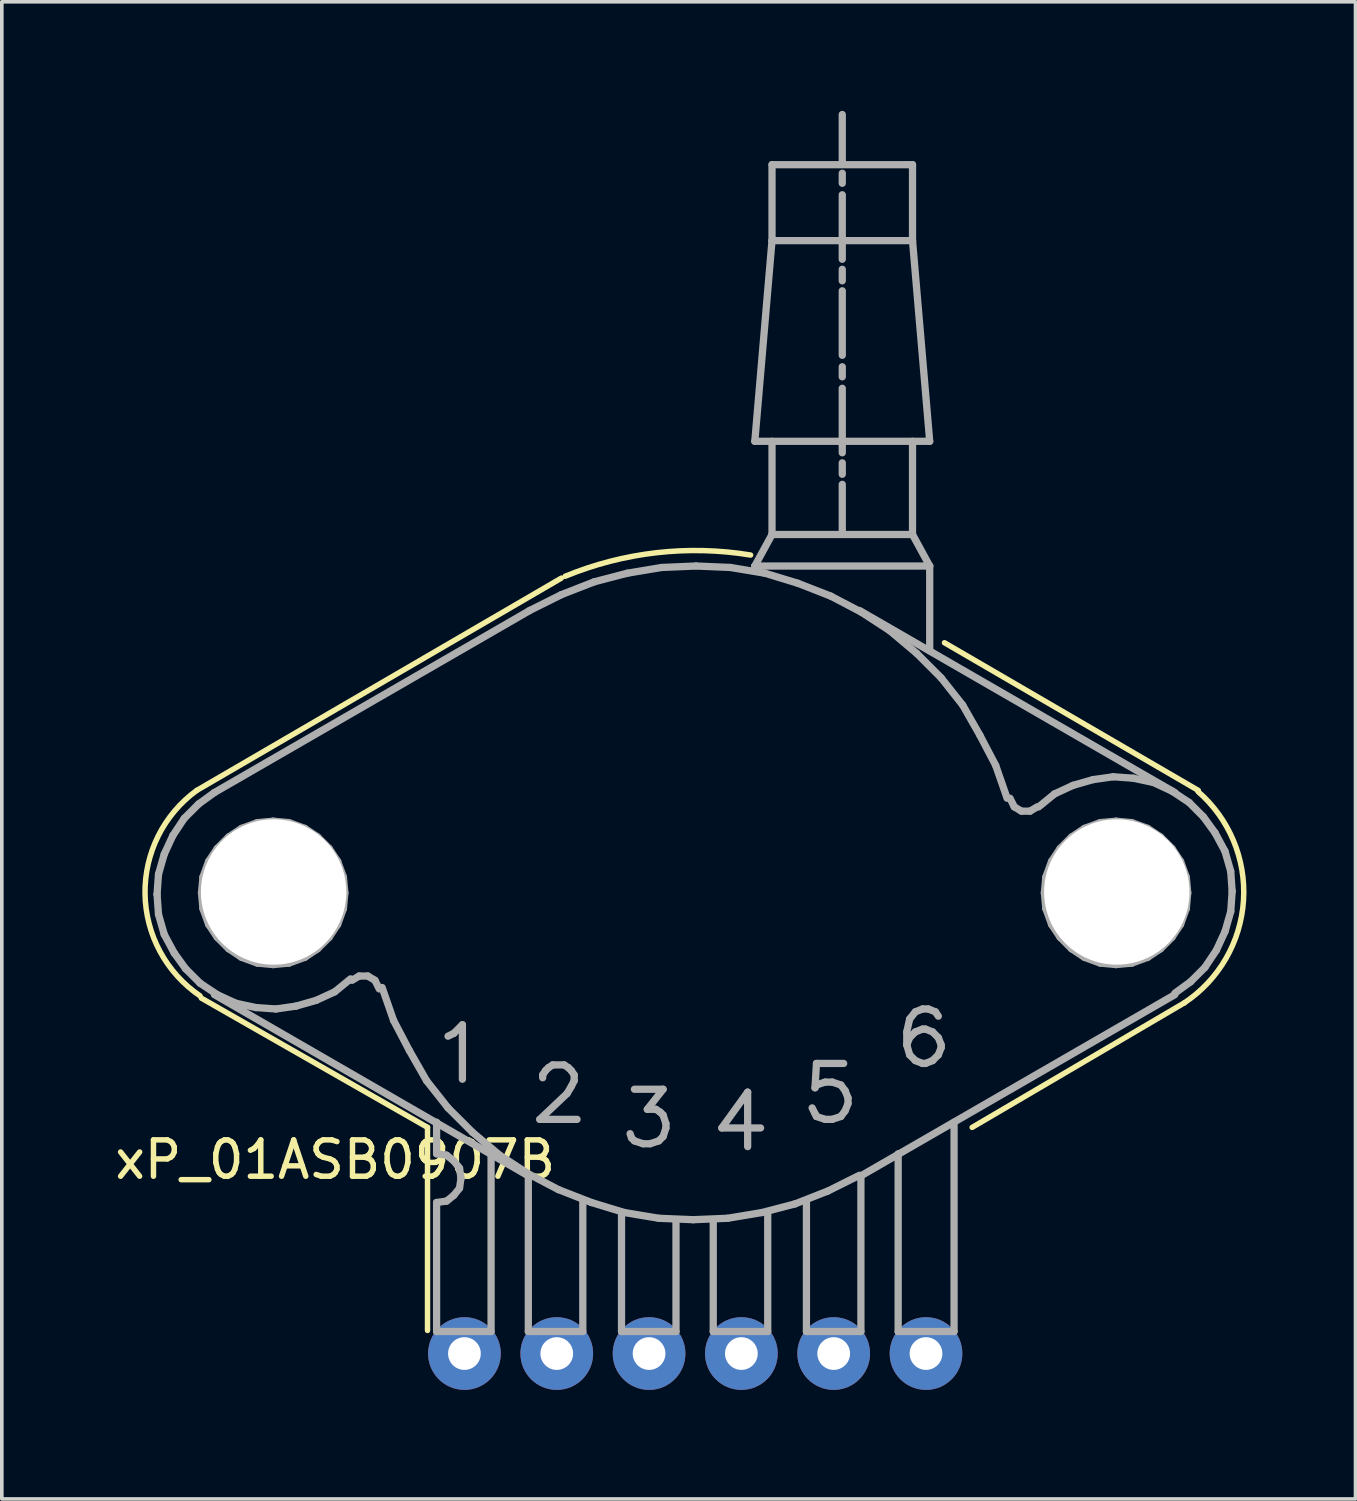
<source format=kicad_pcb>
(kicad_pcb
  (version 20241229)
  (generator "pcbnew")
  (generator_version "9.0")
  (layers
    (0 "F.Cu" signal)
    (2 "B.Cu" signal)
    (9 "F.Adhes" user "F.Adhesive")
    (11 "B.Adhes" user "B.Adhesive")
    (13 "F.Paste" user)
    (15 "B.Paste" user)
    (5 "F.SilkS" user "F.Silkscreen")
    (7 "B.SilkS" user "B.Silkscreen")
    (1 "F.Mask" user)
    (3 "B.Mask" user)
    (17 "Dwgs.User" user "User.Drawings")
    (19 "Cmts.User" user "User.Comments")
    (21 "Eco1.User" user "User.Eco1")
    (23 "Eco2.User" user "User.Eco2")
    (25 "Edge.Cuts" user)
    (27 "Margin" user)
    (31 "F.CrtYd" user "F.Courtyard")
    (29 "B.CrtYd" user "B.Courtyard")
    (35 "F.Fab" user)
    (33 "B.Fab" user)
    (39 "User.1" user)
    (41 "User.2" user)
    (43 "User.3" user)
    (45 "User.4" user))
  (footprint "xP_01ASB0907B"
    (layer "F.Cu")
    (at 16.079 21.493)
    (property "Reference" "xP_01ASB0907B" (at -9.906 7.366 0) (layer "F.SilkS") (effects (font (size 1 1) (thickness 0.15))))
    (attr through_hole)
    (fp_line (start -13.716 -2.794) (end -3.683 -8.636) (stroke (width 0.15) (type solid)) (layer "F.SilkS"))
    (fp_line (start -13.589 2.921) (end -7.366 6.477) (stroke (width 0.15) (type solid)) (layer "F.SilkS"))
    (fp_line (start -7.366 6.477) (end -7.366 12.065) (stroke (width 0.15) (type solid)) (layer "F.SilkS"))
    (fp_line (start 6.858 -6.858) (end 13.843 -2.794) (stroke (width 0.15) (type solid)) (layer "F.SilkS"))
    (fp_line (start 7.62 6.477) (end 13.462 3.048) (stroke (width 0.15) (type solid)) (layer "F.SilkS"))
    (fp_arc (start -13.62386 2.85874) (mid -15.138313 0.056305) (end -13.715999 -2.793999) (stroke (width 0.15) (type solid)) (layer "F.SilkS"))
    (fp_arc (start -3.578461 -8.687269) (mid -1.06789 -9.33454) (end 1.524 -9.271) (stroke (width 0.15) (type solid)) (layer "F.SilkS"))
    (fp_arc (start 13.83374 -2.764301) (mid 15.08577 0.233814) (end 13.462 3.048) (stroke (width 0.15) (type solid)) (layer "F.SilkS"))
    (fp_line (start -14.808 0.064) (end -14.768 0.616) (stroke (width 0.2) (type solid)) (layer "F.Fab"))
    (fp_line (start -14.768 -0.488) (end -14.808 0.064) (stroke (width 0.2) (type solid)) (layer "F.Fab"))
    (fp_line (start -14.768 0.616) (end -14.61 1.168) (stroke (width 0.2) (type solid)) (layer "F.Fab"))
    (fp_line (start -14.61 -1.041) (end -14.768 -0.488) (stroke (width 0.2) (type solid)) (layer "F.Fab"))
    (fp_line (start -14.61 1.168) (end -14.334 1.681) (stroke (width 0.2) (type solid)) (layer "F.Fab"))
    (fp_line (start -14.373 -1.553) (end -14.61 -1.041) (stroke (width 0.2) (type solid)) (layer "F.Fab"))
    (fp_line (start -14.334 1.681) (end -14.019 2.115) (stroke (width 0.2) (type solid)) (layer "F.Fab"))
    (fp_line (start -14.058 -2.027) (end -14.373 -1.553) (stroke (width 0.2) (type solid)) (layer "F.Fab"))
    (fp_line (start -14.019 2.115) (end -13.624 2.509) (stroke (width 0.2) (type solid)) (layer "F.Fab"))
    (fp_line (start -13.664 -2.421) (end -14.058 -2.027) (stroke (width 0.2) (type solid)) (layer "F.Fab"))
    (fp_line (start -13.624 2.509) (end -13.151 2.825) (stroke (width 0.2) (type solid)) (layer "F.Fab"))
    (fp_line (start -13.585 0.024) (end -13.545 0.458) (stroke (width 0.2) (type solid)) (layer "F.Fab"))
    (fp_line (start -13.545 -0.41) (end -13.585 0.024) (stroke (width 0.2) (type solid)) (layer "F.Fab"))
    (fp_line (start -13.545 0.458) (end -13.388 0.892) (stroke (width 0.2) (type solid)) (layer "F.Fab"))
    (fp_line (start -13.388 -0.843) (end -13.545 -0.41) (stroke (width 0.2) (type solid)) (layer "F.Fab"))
    (fp_line (start -13.388 0.892) (end -13.151 1.247) (stroke (width 0.2) (type solid)) (layer "F.Fab"))
    (fp_line (start -13.23 -2.736) (end -13.664 -2.421) (stroke (width 0.2) (type solid)) (layer "F.Fab"))
    (fp_line (start -13.23 -2.736) (end -4.552 -7.746) (stroke (width 0.2) (type solid)) (layer "F.Fab"))
    (fp_line (start -13.23 2.825) (end -4.552 7.834) (stroke (width 0.2) (type solid)) (layer "F.Fab"))
    (fp_line (start -13.151 -1.198) (end -13.388 -0.843) (stroke (width 0.2) (type solid)) (layer "F.Fab"))
    (fp_line (start -13.151 1.247) (end -12.835 1.563) (stroke (width 0.2) (type solid)) (layer "F.Fab"))
    (fp_line (start -13.151 2.825) (end -12.638 3.062) (stroke (width 0.2) (type solid)) (layer "F.Fab"))
    (fp_line (start -12.835 -1.514) (end -13.151 -1.198) (stroke (width 0.2) (type solid)) (layer "F.Fab"))
    (fp_line (start -12.835 1.563) (end -12.48 1.799) (stroke (width 0.2) (type solid)) (layer "F.Fab"))
    (fp_line (start -12.638 3.062) (end -12.086 3.18) (stroke (width 0.2) (type solid)) (layer "F.Fab"))
    (fp_line (start -12.48 -1.75) (end -12.835 -1.514) (stroke (width 0.2) (type solid)) (layer "F.Fab"))
    (fp_line (start -12.48 1.799) (end -12.047 1.957) (stroke (width 0.2) (type solid)) (layer "F.Fab"))
    (fp_line (start -12.086 3.18) (end -11.534 3.219) (stroke (width 0.2) (type solid)) (layer "F.Fab"))
    (fp_line (start -12.047 -1.908) (end -12.48 -1.75) (stroke (width 0.2) (type solid)) (layer "F.Fab"))
    (fp_line (start -12.047 1.957) (end -11.613 1.997) (stroke (width 0.2) (type solid)) (layer "F.Fab"))
    (fp_line (start -11.613 -1.948) (end -12.047 -1.908) (stroke (width 0.2) (type solid)) (layer "F.Fab"))
    (fp_line (start -11.613 1.997) (end -11.179 1.957) (stroke (width 0.2) (type solid)) (layer "F.Fab"))
    (fp_line (start -11.534 3.219) (end -10.982 3.14) (stroke (width 0.2) (type solid)) (layer "F.Fab"))
    (fp_line (start -11.179 -1.908) (end -11.613 -1.948) (stroke (width 0.2) (type solid)) (layer "F.Fab"))
    (fp_line (start -11.179 1.957) (end -10.745 1.799) (stroke (width 0.2) (type solid)) (layer "F.Fab"))
    (fp_line (start -10.982 3.14) (end -10.429 2.982) (stroke (width 0.2) (type solid)) (layer "F.Fab"))
    (fp_line (start -10.745 -1.75) (end -11.179 -1.908) (stroke (width 0.2) (type solid)) (layer "F.Fab"))
    (fp_line (start -10.745 1.799) (end -10.39 1.563) (stroke (width 0.2) (type solid)) (layer "F.Fab"))
    (fp_line (start -10.429 2.982) (end -9.917 2.746) (stroke (width 0.2) (type solid)) (layer "F.Fab"))
    (fp_line (start -10.39 -1.514) (end -10.745 -1.75) (stroke (width 0.2) (type solid)) (layer "F.Fab"))
    (fp_line (start -10.39 1.563) (end -10.074 1.247) (stroke (width 0.2) (type solid)) (layer "F.Fab"))
    (fp_line (start -10.074 -1.198) (end -10.39 -1.514) (stroke (width 0.2) (type solid)) (layer "F.Fab"))
    (fp_line (start -10.074 1.247) (end -9.838 0.892) (stroke (width 0.2) (type solid)) (layer "F.Fab"))
    (fp_line (start -9.917 2.746) (end -9.483 2.391) (stroke (width 0.2) (type solid)) (layer "F.Fab"))
    (fp_line (start -9.838 -0.843) (end -10.074 -1.198) (stroke (width 0.2) (type solid)) (layer "F.Fab"))
    (fp_line (start -9.838 0.892) (end -9.68 0.458) (stroke (width 0.2) (type solid)) (layer "F.Fab"))
    (fp_line (start -9.68 -0.41) (end -9.838 -0.843) (stroke (width 0.2) (type solid)) (layer "F.Fab"))
    (fp_line (start -9.68 0.458) (end -9.64 0.024) (stroke (width 0.2) (type solid)) (layer "F.Fab"))
    (fp_line (start -9.64 0.024) (end -9.68 -0.41) (stroke (width 0.2) (type solid)) (layer "F.Fab"))
    (fp_line (start -9.246 2.312) (end -9.443 2.43) (stroke (width 0.2) (type solid)) (layer "F.Fab"))
    (fp_line (start -9.01 2.312) (end -9.246 2.312) (stroke (width 0.2) (type solid)) (layer "F.Fab"))
    (fp_line (start -8.812 2.43) (end -9.01 2.312) (stroke (width 0.2) (type solid)) (layer "F.Fab"))
    (fp_line (start -8.694 2.667) (end -8.812 2.43) (stroke (width 0.2) (type solid)) (layer "F.Fab"))
    (fp_line (start -8.615 2.628) (end -8.299 3.535) (stroke (width 0.2) (type solid)) (layer "F.Fab"))
    (fp_line (start -8.299 3.535) (end -7.865 4.363) (stroke (width 0.2) (type solid)) (layer "F.Fab"))
    (fp_line (start -7.865 4.363) (end -7.392 5.192) (stroke (width 0.2) (type solid)) (layer "F.Fab"))
    (fp_line (start -7.392 5.192) (end -6.801 5.941) (stroke (width 0.2) (type solid)) (layer "F.Fab"))
    (fp_line (start -7.116 7.203) (end -7.116 6.335) (stroke (width 0.2) (type solid)) (layer "F.Fab"))
    (fp_line (start -7.116 8.544) (end -6.84 8.505) (stroke (width 0.2) (type solid)) (layer "F.Fab"))
    (fp_line (start -7.116 12.094) (end -7.116 8.544) (stroke (width 0.2) (type solid)) (layer "F.Fab"))
    (fp_line (start -6.84 7.242) (end -7.116 7.203) (stroke (width 0.2) (type solid)) (layer "F.Fab"))
    (fp_line (start -6.84 8.505) (end -6.643 8.347) (stroke (width 0.2) (type solid)) (layer "F.Fab"))
    (fp_line (start -6.801 3.968) (end -6.643 3.89) (stroke (width 0.2) (type solid)) (layer "F.Fab"))
    (fp_line (start -6.801 5.941) (end -6.13 6.611) (stroke (width 0.2) (type solid)) (layer "F.Fab"))
    (fp_line (start -6.643 3.89) (end -6.406 3.653) (stroke (width 0.2) (type solid)) (layer "F.Fab"))
    (fp_line (start -6.643 7.4) (end -6.84 7.242) (stroke (width 0.2) (type solid)) (layer "F.Fab"))
    (fp_line (start -6.643 8.347) (end -6.485 8.15) (stroke (width 0.2) (type solid)) (layer "F.Fab"))
    (fp_line (start -6.485 7.597) (end -6.643 7.4) (stroke (width 0.2) (type solid)) (layer "F.Fab"))
    (fp_line (start -6.485 8.15) (end -6.445 7.873) (stroke (width 0.2) (type solid)) (layer "F.Fab"))
    (fp_line (start -6.445 7.873) (end -6.485 7.597) (stroke (width 0.2) (type solid)) (layer "F.Fab"))
    (fp_line (start -6.406 3.653) (end -6.406 5.152) (stroke (width 0.2) (type solid)) (layer "F.Fab"))
    (fp_line (start -6.13 6.611) (end -5.381 7.242) (stroke (width 0.2) (type solid)) (layer "F.Fab"))
    (fp_line (start -5.617 12.094) (end -7.116 12.094) (stroke (width 0.2) (type solid)) (layer "F.Fab"))
    (fp_line (start -5.617 12.094) (end -5.617 7.203) (stroke (width 0.2) (type solid)) (layer "F.Fab"))
    (fp_line (start -5.381 7.242) (end -4.592 7.755) (stroke (width 0.2) (type solid)) (layer "F.Fab"))
    (fp_line (start -4.592 7.755) (end -3.764 8.189) (stroke (width 0.2) (type solid)) (layer "F.Fab"))
    (fp_line (start -4.592 12.094) (end -4.592 7.834) (stroke (width 0.2) (type solid)) (layer "F.Fab"))
    (fp_line (start -4.592 12.094) (end -3.093 12.094) (stroke (width 0.2) (type solid)) (layer "F.Fab"))
    (fp_line (start -4.276 6.256) (end -3.251 6.256) (stroke (width 0.2) (type solid)) (layer "F.Fab"))
    (fp_line (start -4.197 5.033) (end -4.119 4.915) (stroke (width 0.2) (type solid)) (layer "F.Fab"))
    (fp_line (start -4.197 5.112) (end -4.197 5.033) (stroke (width 0.2) (type solid)) (layer "F.Fab"))
    (fp_line (start -4.119 4.915) (end -4.04 4.836) (stroke (width 0.2) (type solid)) (layer "F.Fab"))
    (fp_line (start -4.04 4.836) (end -3.921 4.758) (stroke (width 0.2) (type solid)) (layer "F.Fab"))
    (fp_line (start -3.921 4.758) (end -3.606 4.758) (stroke (width 0.2) (type solid)) (layer "F.Fab"))
    (fp_line (start -3.764 8.189) (end -2.856 8.544) (stroke (width 0.2) (type solid)) (layer "F.Fab"))
    (fp_line (start -3.685 -8.18) (end -4.552 -7.746) (stroke (width 0.2) (type solid)) (layer "F.Fab"))
    (fp_line (start -3.606 4.758) (end -3.487 4.836) (stroke (width 0.2) (type solid)) (layer "F.Fab"))
    (fp_line (start -3.527 5.547) (end -4.276 6.256) (stroke (width 0.2) (type solid)) (layer "F.Fab"))
    (fp_line (start -3.487 4.836) (end -3.409 4.915) (stroke (width 0.2) (type solid)) (layer "F.Fab"))
    (fp_line (start -3.409 4.915) (end -3.33 5.033) (stroke (width 0.2) (type solid)) (layer "F.Fab"))
    (fp_line (start -3.409 5.349) (end -3.527 5.547) (stroke (width 0.2) (type solid)) (layer "F.Fab"))
    (fp_line (start -3.33 5.033) (end -3.33 5.192) (stroke (width 0.2) (type solid)) (layer "F.Fab"))
    (fp_line (start -3.33 5.192) (end -3.409 5.349) (stroke (width 0.2) (type solid)) (layer "F.Fab"))
    (fp_line (start -3.093 12.094) (end -3.093 8.544) (stroke (width 0.2) (type solid)) (layer "F.Fab"))
    (fp_line (start -2.856 8.544) (end -1.949 8.82) (stroke (width 0.2) (type solid)) (layer "F.Fab"))
    (fp_line (start -2.778 -8.534) (end -3.685 -8.18) (stroke (width 0.2) (type solid)) (layer "F.Fab"))
    (fp_line (start -2.028 12.094) (end -2.028 8.82) (stroke (width 0.2) (type solid)) (layer "F.Fab"))
    (fp_line (start -2.028 12.094) (end -0.529 12.094) (stroke (width 0.2) (type solid)) (layer "F.Fab"))
    (fp_line (start -1.949 8.82) (end -1.002 8.978) (stroke (width 0.2) (type solid)) (layer "F.Fab"))
    (fp_line (start -1.87 -8.771) (end -2.778 -8.534) (stroke (width 0.2) (type solid)) (layer "F.Fab"))
    (fp_line (start -1.752 6.769) (end -1.792 6.651) (stroke (width 0.2) (type solid)) (layer "F.Fab"))
    (fp_line (start -1.673 5.428) (end -0.884 5.428) (stroke (width 0.2) (type solid)) (layer "F.Fab"))
    (fp_line (start -1.673 6.848) (end -1.752 6.769) (stroke (width 0.2) (type solid)) (layer "F.Fab"))
    (fp_line (start -1.437 6.927) (end -1.673 6.848) (stroke (width 0.2) (type solid)) (layer "F.Fab"))
    (fp_line (start -1.318 5.98) (end -1.082 5.98) (stroke (width 0.2) (type solid)) (layer "F.Fab"))
    (fp_line (start -1.239 6.927) (end -1.437 6.927) (stroke (width 0.2) (type solid)) (layer "F.Fab"))
    (fp_line (start -1.082 5.98) (end -0.963 6.059) (stroke (width 0.2) (type solid)) (layer "F.Fab"))
    (fp_line (start -1.002 6.848) (end -1.239 6.927) (stroke (width 0.2) (type solid)) (layer "F.Fab"))
    (fp_line (start -1.002 8.978) (end -0.056 9.017) (stroke (width 0.2) (type solid)) (layer "F.Fab"))
    (fp_line (start -0.963 6.059) (end -0.884 6.138) (stroke (width 0.2) (type solid)) (layer "F.Fab"))
    (fp_line (start -0.924 -8.929) (end -1.87 -8.771) (stroke (width 0.2) (type solid)) (layer "F.Fab"))
    (fp_line (start -0.884 5.428) (end -1.318 5.98) (stroke (width 0.2) (type solid)) (layer "F.Fab"))
    (fp_line (start -0.884 6.138) (end -0.806 6.375) (stroke (width 0.2) (type solid)) (layer "F.Fab"))
    (fp_line (start -0.884 6.73) (end -1.002 6.848) (stroke (width 0.2) (type solid)) (layer "F.Fab"))
    (fp_line (start -0.806 6.375) (end -0.806 6.493) (stroke (width 0.2) (type solid)) (layer "F.Fab"))
    (fp_line (start -0.806 6.493) (end -0.884 6.73) (stroke (width 0.2) (type solid)) (layer "F.Fab"))
    (fp_line (start -0.529 12.094) (end -0.529 9.056) (stroke (width 0.2) (type solid)) (layer "F.Fab"))
    (fp_line (start -0.056 9.017) (end 0.891 8.978) (stroke (width 0.2) (type solid)) (layer "F.Fab"))
    (fp_line (start 0.023 -8.969) (end -0.924 -8.929) (stroke (width 0.2) (type solid)) (layer "F.Fab"))
    (fp_line (start 0.496 12.094) (end 0.496 9.056) (stroke (width 0.2) (type solid)) (layer "F.Fab"))
    (fp_line (start 0.496 12.094) (end 1.995 12.094) (stroke (width 0.2) (type solid)) (layer "F.Fab"))
    (fp_line (start 0.732 6.493) (end 1.798 6.493) (stroke (width 0.2) (type solid)) (layer "F.Fab"))
    (fp_line (start 0.891 8.978) (end 1.837 8.82) (stroke (width 0.2) (type solid)) (layer "F.Fab"))
    (fp_line (start 0.969 -8.929) (end 0.023 -8.969) (stroke (width 0.2) (type solid)) (layer "F.Fab"))
    (fp_line (start 1.443 5.507) (end 0.732 6.493) (stroke (width 0.2) (type solid)) (layer "F.Fab"))
    (fp_line (start 1.443 5.507) (end 1.443 7.006) (stroke (width 0.2) (type solid)) (layer "F.Fab"))
    (fp_line (start 1.64 -12.4) (end 2.113 -17.922) (stroke (width 0.2) (type solid)) (layer "F.Fab"))
    (fp_line (start 1.64 -12.4) (end 6.452 -12.4) (stroke (width 0.2) (type solid)) (layer "F.Fab"))
    (fp_line (start 1.64 -8.969) (end 1.64 -8.85) (stroke (width 0.2) (type solid)) (layer "F.Fab"))
    (fp_line (start 1.837 8.82) (end 2.744 8.583) (stroke (width 0.2) (type solid)) (layer "F.Fab"))
    (fp_line (start 1.916 -8.771) (end 0.969 -8.929) (stroke (width 0.2) (type solid)) (layer "F.Fab"))
    (fp_line (start 1.995 12.094) (end 1.995 8.82) (stroke (width 0.2) (type solid)) (layer "F.Fab"))
    (fp_line (start 2.113 -20.012) (end 5.979 -20.012) (stroke (width 0.2) (type solid)) (layer "F.Fab"))
    (fp_line (start 2.113 -17.922) (end 2.113 -20.012) (stroke (width 0.2) (type solid)) (layer "F.Fab"))
    (fp_line (start 2.113 -17.922) (end 5.979 -17.922) (stroke (width 0.2) (type solid)) (layer "F.Fab"))
    (fp_line (start 2.113 -12.4) (end 2.113 -9.836) (stroke (width 0.2) (type solid)) (layer "F.Fab"))
    (fp_line (start 2.113 -9.836) (end 1.64 -8.969) (stroke (width 0.2) (type solid)) (layer "F.Fab"))
    (fp_line (start 2.744 8.583) (end 3.651 8.228) (stroke (width 0.2) (type solid)) (layer "F.Fab"))
    (fp_line (start 2.823 -8.495) (end 1.916 -8.771) (stroke (width 0.2) (type solid)) (layer "F.Fab"))
    (fp_line (start 3.06 12.094) (end 3.06 8.544) (stroke (width 0.2) (type solid)) (layer "F.Fab"))
    (fp_line (start 3.06 12.094) (end 4.559 12.094) (stroke (width 0.2) (type solid)) (layer "F.Fab"))
    (fp_line (start 3.296 5.388) (end 3.336 5.31) (stroke (width 0.2) (type solid)) (layer "F.Fab"))
    (fp_line (start 3.296 6.098) (end 3.217 5.941) (stroke (width 0.2) (type solid)) (layer "F.Fab"))
    (fp_line (start 3.336 4.718) (end 3.296 5.388) (stroke (width 0.2) (type solid)) (layer "F.Fab"))
    (fp_line (start 3.336 5.31) (end 3.573 5.231) (stroke (width 0.2) (type solid)) (layer "F.Fab"))
    (fp_line (start 3.336 6.177) (end 3.296 6.098) (stroke (width 0.2) (type solid)) (layer "F.Fab"))
    (fp_line (start 3.573 5.231) (end 3.77 5.231) (stroke (width 0.2) (type solid)) (layer "F.Fab"))
    (fp_line (start 3.573 6.256) (end 3.336 6.177) (stroke (width 0.2) (type solid)) (layer "F.Fab"))
    (fp_line (start 3.651 8.228) (end 4.519 7.795) (stroke (width 0.2) (type solid)) (layer "F.Fab"))
    (fp_line (start 3.731 -8.14) (end 2.823 -8.495) (stroke (width 0.2) (type solid)) (layer "F.Fab"))
    (fp_line (start 3.77 5.231) (end 4.007 5.31) (stroke (width 0.2) (type solid)) (layer "F.Fab"))
    (fp_line (start 3.77 6.256) (end 3.573 6.256) (stroke (width 0.2) (type solid)) (layer "F.Fab"))
    (fp_line (start 4.007 5.31) (end 4.125 5.467) (stroke (width 0.2) (type solid)) (layer "F.Fab"))
    (fp_line (start 4.007 6.177) (end 3.77 6.256) (stroke (width 0.2) (type solid)) (layer "F.Fab"))
    (fp_line (start 4.046 -21.393) (end 4.046 -20.091) (stroke (width 0.2) (type solid)) (layer "F.Fab"))
    (fp_line (start 4.046 -19.776) (end 4.046 -19.5) (stroke (width 0.2) (type solid)) (layer "F.Fab"))
    (fp_line (start 4.046 -19.184) (end 4.046 -17.409) (stroke (width 0.2) (type solid)) (layer "F.Fab"))
    (fp_line (start 4.046 -17.133) (end 4.046 -16.817) (stroke (width 0.2) (type solid)) (layer "F.Fab"))
    (fp_line (start 4.046 -16.542) (end 4.046 -14.767) (stroke (width 0.2) (type solid)) (layer "F.Fab"))
    (fp_line (start 4.046 -14.451) (end 4.046 -14.175) (stroke (width 0.2) (type solid)) (layer "F.Fab"))
    (fp_line (start 4.046 -13.859) (end 4.046 -12.084) (stroke (width 0.2) (type solid)) (layer "F.Fab"))
    (fp_line (start 4.046 -11.808) (end 4.046 -11.493) (stroke (width 0.2) (type solid)) (layer "F.Fab"))
    (fp_line (start 4.046 -11.217) (end 4.046 -9.876) (stroke (width 0.2) (type solid)) (layer "F.Fab"))
    (fp_line (start 4.085 4.718) (end 3.336 4.718) (stroke (width 0.2) (type solid)) (layer "F.Fab"))
    (fp_line (start 4.125 5.467) (end 4.204 5.665) (stroke (width 0.2) (type solid)) (layer "F.Fab"))
    (fp_line (start 4.125 6.02) (end 4.007 6.177) (stroke (width 0.2) (type solid)) (layer "F.Fab"))
    (fp_line (start 4.204 5.665) (end 4.204 5.822) (stroke (width 0.2) (type solid)) (layer "F.Fab"))
    (fp_line (start 4.204 5.822) (end 4.125 6.02) (stroke (width 0.2) (type solid)) (layer "F.Fab"))
    (fp_line (start 4.559 -7.706) (end 3.731 -8.14) (stroke (width 0.2) (type solid)) (layer "F.Fab"))
    (fp_line (start 4.559 12.094) (end 4.559 7.834) (stroke (width 0.2) (type solid)) (layer "F.Fab"))
    (fp_line (start 5.347 -7.194) (end 4.559 -7.706) (stroke (width 0.2) (type solid)) (layer "F.Fab"))
    (fp_line (start 5.584 12.094) (end 5.584 7.203) (stroke (width 0.2) (type solid)) (layer "F.Fab"))
    (fp_line (start 5.584 12.094) (end 7.122 12.094) (stroke (width 0.2) (type solid)) (layer "F.Fab"))
    (fp_line (start 5.821 3.85) (end 5.821 4.205) (stroke (width 0.2) (type solid)) (layer "F.Fab"))
    (fp_line (start 5.821 4.205) (end 5.9 4.481) (stroke (width 0.2) (type solid)) (layer "F.Fab"))
    (fp_line (start 5.9 3.495) (end 5.821 3.85) (stroke (width 0.2) (type solid)) (layer "F.Fab"))
    (fp_line (start 5.9 4.008) (end 5.821 4.205) (stroke (width 0.2) (type solid)) (layer "F.Fab"))
    (fp_line (start 5.9 4.481) (end 6.057 4.639) (stroke (width 0.2) (type solid)) (layer "F.Fab"))
    (fp_line (start 5.979 -20.012) (end 5.979 -17.922) (stroke (width 0.2) (type solid)) (layer "F.Fab"))
    (fp_line (start 5.979 -12.4) (end 5.979 -9.836) (stroke (width 0.2) (type solid)) (layer "F.Fab"))
    (fp_line (start 5.979 -9.836) (end 2.113 -9.836) (stroke (width 0.2) (type solid)) (layer "F.Fab"))
    (fp_line (start 6.057 3.298) (end 5.9 3.495) (stroke (width 0.2) (type solid)) (layer "F.Fab"))
    (fp_line (start 6.057 3.85) (end 5.9 4.008) (stroke (width 0.2) (type solid)) (layer "F.Fab"))
    (fp_line (start 6.057 4.639) (end 6.255 4.718) (stroke (width 0.2) (type solid)) (layer "F.Fab"))
    (fp_line (start 6.097 -6.563) (end 5.347 -7.194) (stroke (width 0.2) (type solid)) (layer "F.Fab"))
    (fp_line (start 6.255 3.219) (end 6.057 3.298) (stroke (width 0.2) (type solid)) (layer "F.Fab"))
    (fp_line (start 6.255 3.772) (end 6.057 3.85) (stroke (width 0.2) (type solid)) (layer "F.Fab"))
    (fp_line (start 6.255 4.718) (end 6.334 4.718) (stroke (width 0.2) (type solid)) (layer "F.Fab"))
    (fp_line (start 6.334 3.772) (end 6.255 3.772) (stroke (width 0.2) (type solid)) (layer "F.Fab"))
    (fp_line (start 6.334 4.718) (end 6.531 4.639) (stroke (width 0.2) (type solid)) (layer "F.Fab"))
    (fp_line (start 6.412 3.219) (end 6.255 3.219) (stroke (width 0.2) (type solid)) (layer "F.Fab"))
    (fp_line (start 6.452 -12.4) (end 5.979 -17.922) (stroke (width 0.2) (type solid)) (layer "F.Fab"))
    (fp_line (start 6.452 -8.969) (end 1.64 -8.969) (stroke (width 0.2) (type solid)) (layer "F.Fab"))
    (fp_line (start 6.452 -8.969) (end 5.979 -9.836) (stroke (width 0.2) (type solid)) (layer "F.Fab"))
    (fp_line (start 6.452 -8.969) (end 6.452 -6.641) (stroke (width 0.2) (type solid)) (layer "F.Fab"))
    (fp_line (start 6.531 3.85) (end 6.334 3.772) (stroke (width 0.2) (type solid)) (layer "F.Fab"))
    (fp_line (start 6.531 4.639) (end 6.689 4.481) (stroke (width 0.2) (type solid)) (layer "F.Fab"))
    (fp_line (start 6.61 3.298) (end 6.412 3.219) (stroke (width 0.2) (type solid)) (layer "F.Fab"))
    (fp_line (start 6.689 3.417) (end 6.61 3.298) (stroke (width 0.2) (type solid)) (layer "F.Fab"))
    (fp_line (start 6.689 4.008) (end 6.531 3.85) (stroke (width 0.2) (type solid)) (layer "F.Fab"))
    (fp_line (start 6.689 4.481) (end 6.767 4.284) (stroke (width 0.2) (type solid)) (layer "F.Fab"))
    (fp_line (start 6.767 -5.892) (end 6.097 -6.563) (stroke (width 0.2) (type solid)) (layer "F.Fab"))
    (fp_line (start 6.767 4.205) (end 6.689 4.008) (stroke (width 0.2) (type solid)) (layer "F.Fab"))
    (fp_line (start 6.767 4.284) (end 6.767 4.205) (stroke (width 0.2) (type solid)) (layer "F.Fab"))
    (fp_line (start 7.122 12.094) (end 7.122 6.335) (stroke (width 0.2) (type solid)) (layer "F.Fab"))
    (fp_line (start 7.359 -5.143) (end 6.767 -5.892) (stroke (width 0.2) (type solid)) (layer "F.Fab"))
    (fp_line (start 7.832 -4.314) (end 7.359 -5.143) (stroke (width 0.2) (type solid)) (layer "F.Fab"))
    (fp_line (start 8.266 -3.486) (end 7.832 -4.314) (stroke (width 0.2) (type solid)) (layer "F.Fab"))
    (fp_line (start 8.582 -2.579) (end 8.266 -3.486) (stroke (width 0.2) (type solid)) (layer "F.Fab"))
    (fp_line (start 8.661 -2.579) (end 8.779 -2.342) (stroke (width 0.2) (type solid)) (layer "F.Fab"))
    (fp_line (start 8.779 -2.342) (end 8.976 -2.224) (stroke (width 0.2) (type solid)) (layer "F.Fab"))
    (fp_line (start 8.976 -2.224) (end 9.213 -2.224) (stroke (width 0.2) (type solid)) (layer "F.Fab"))
    (fp_line (start 9.213 -2.224) (end 9.41 -2.342) (stroke (width 0.2) (type solid)) (layer "F.Fab"))
    (fp_line (start 9.607 0.024) (end 9.647 0.458) (stroke (width 0.2) (type solid)) (layer "F.Fab"))
    (fp_line (start 9.647 -0.41) (end 9.607 0.024) (stroke (width 0.2) (type solid)) (layer "F.Fab"))
    (fp_line (start 9.647 0.458) (end 9.805 0.892) (stroke (width 0.2) (type solid)) (layer "F.Fab"))
    (fp_line (start 9.805 -0.843) (end 9.647 -0.41) (stroke (width 0.2) (type solid)) (layer "F.Fab"))
    (fp_line (start 9.805 0.892) (end 10.041 1.247) (stroke (width 0.2) (type solid)) (layer "F.Fab"))
    (fp_line (start 9.884 -2.697) (end 9.45 -2.342) (stroke (width 0.2) (type solid)) (layer "F.Fab"))
    (fp_line (start 10.041 -1.198) (end 9.805 -0.843) (stroke (width 0.2) (type solid)) (layer "F.Fab"))
    (fp_line (start 10.041 1.247) (end 10.357 1.563) (stroke (width 0.2) (type solid)) (layer "F.Fab"))
    (fp_line (start 10.357 -1.514) (end 10.041 -1.198) (stroke (width 0.2) (type solid)) (layer "F.Fab"))
    (fp_line (start 10.357 1.563) (end 10.712 1.799) (stroke (width 0.2) (type solid)) (layer "F.Fab"))
    (fp_line (start 10.396 -2.934) (end 9.884 -2.697) (stroke (width 0.2) (type solid)) (layer "F.Fab"))
    (fp_line (start 10.712 -1.75) (end 10.357 -1.514) (stroke (width 0.2) (type solid)) (layer "F.Fab"))
    (fp_line (start 10.712 1.799) (end 11.145 1.957) (stroke (width 0.2) (type solid)) (layer "F.Fab"))
    (fp_line (start 10.948 -3.092) (end 10.396 -2.934) (stroke (width 0.2) (type solid)) (layer "F.Fab"))
    (fp_line (start 11.145 -1.908) (end 10.712 -1.75) (stroke (width 0.2) (type solid)) (layer "F.Fab"))
    (fp_line (start 11.145 1.957) (end 11.579 1.997) (stroke (width 0.2) (type solid)) (layer "F.Fab"))
    (fp_line (start 11.501 -3.17) (end 10.948 -3.092) (stroke (width 0.2) (type solid)) (layer "F.Fab"))
    (fp_line (start 11.579 -1.948) (end 11.145 -1.908) (stroke (width 0.2) (type solid)) (layer "F.Fab"))
    (fp_line (start 11.579 1.997) (end 12.013 1.957) (stroke (width 0.2) (type solid)) (layer "F.Fab"))
    (fp_line (start 12.013 -1.908) (end 11.579 -1.948) (stroke (width 0.2) (type solid)) (layer "F.Fab"))
    (fp_line (start 12.013 1.957) (end 12.447 1.799) (stroke (width 0.2) (type solid)) (layer "F.Fab"))
    (fp_line (start 12.053 -3.131) (end 11.501 -3.17) (stroke (width 0.2) (type solid)) (layer "F.Fab"))
    (fp_line (start 12.447 -1.75) (end 12.013 -1.908) (stroke (width 0.2) (type solid)) (layer "F.Fab"))
    (fp_line (start 12.447 1.799) (end 12.802 1.563) (stroke (width 0.2) (type solid)) (layer "F.Fab"))
    (fp_line (start 12.605 -3.013) (end 12.053 -3.131) (stroke (width 0.2) (type solid)) (layer "F.Fab"))
    (fp_line (start 12.802 -1.514) (end 12.447 -1.75) (stroke (width 0.2) (type solid)) (layer "F.Fab"))
    (fp_line (start 12.802 1.563) (end 13.118 1.247) (stroke (width 0.2) (type solid)) (layer "F.Fab"))
    (fp_line (start 13.118 -2.776) (end 12.605 -3.013) (stroke (width 0.2) (type solid)) (layer "F.Fab"))
    (fp_line (start 13.118 -1.198) (end 12.802 -1.514) (stroke (width 0.2) (type solid)) (layer "F.Fab"))
    (fp_line (start 13.118 1.247) (end 13.354 0.892) (stroke (width 0.2) (type solid)) (layer "F.Fab"))
    (fp_line (start 13.197 -2.736) (end 4.519 -7.746) (stroke (width 0.2) (type solid)) (layer "F.Fab"))
    (fp_line (start 13.197 2.785) (end 13.63 2.47) (stroke (width 0.2) (type solid)) (layer "F.Fab"))
    (fp_line (start 13.197 2.825) (end 4.519 7.834) (stroke (width 0.2) (type solid)) (layer "F.Fab"))
    (fp_line (start 13.354 -0.843) (end 13.118 -1.198) (stroke (width 0.2) (type solid)) (layer "F.Fab"))
    (fp_line (start 13.354 0.892) (end 13.512 0.458) (stroke (width 0.2) (type solid)) (layer "F.Fab"))
    (fp_line (start 13.512 -0.41) (end 13.354 -0.843) (stroke (width 0.2) (type solid)) (layer "F.Fab"))
    (fp_line (start 13.512 0.458) (end 13.552 0.024) (stroke (width 0.2) (type solid)) (layer "F.Fab"))
    (fp_line (start 13.552 0.024) (end 13.512 -0.41) (stroke (width 0.2) (type solid)) (layer "F.Fab"))
    (fp_line (start 13.591 -2.461) (end 13.118 -2.776) (stroke (width 0.2) (type solid)) (layer "F.Fab"))
    (fp_line (start 13.63 2.47) (end 14.025 2.075) (stroke (width 0.2) (type solid)) (layer "F.Fab"))
    (fp_line (start 13.985 -2.066) (end 13.591 -2.461) (stroke (width 0.2) (type solid)) (layer "F.Fab"))
    (fp_line (start 14.025 2.075) (end 14.34 1.602) (stroke (width 0.2) (type solid)) (layer "F.Fab"))
    (fp_line (start 14.301 -1.632) (end 13.985 -2.066) (stroke (width 0.2) (type solid)) (layer "F.Fab"))
    (fp_line (start 14.34 1.602) (end 14.577 1.089) (stroke (width 0.2) (type solid)) (layer "F.Fab"))
    (fp_line (start 14.577 -1.12) (end 14.301 -1.632) (stroke (width 0.2) (type solid)) (layer "F.Fab"))
    (fp_line (start 14.577 1.089) (end 14.735 0.537) (stroke (width 0.2) (type solid)) (layer "F.Fab"))
    (fp_line (start 14.735 -0.567) (end 14.577 -1.12) (stroke (width 0.2) (type solid)) (layer "F.Fab"))
    (fp_line (start 14.735 0.537) (end 14.774 -0.015) (stroke (width 0.2) (type solid)) (layer "F.Fab"))
    (fp_line (start 14.774 -0.015) (end 14.735 -0.567) (stroke (width 0.2) (type solid)) (layer "F.Fab"))
    (pad "" np_thru_hole circle (at -11.6 0) (size 4 4) (drill 4) (layers "*.Cu" "*.Mask"))
    (pad "" np_thru_hole circle (at 11.6 0) (size 4 4) (drill 4) (layers "*.Cu" "*.Mask"))
    (pad "1" thru_hole circle (at -6.35 12.7) (size 2 2) (drill 0.9) (layers "*.Cu" "*.Mask"))
    (pad "2" thru_hole circle (at -3.81 12.7) (size 2 2) (drill 0.9) (layers "*.Cu" "*.Mask"))
    (pad "3" thru_hole circle (at -1.27 12.7) (size 2 2) (drill 0.9) (layers "*.Cu" "*.Mask"))
    (pad "4" thru_hole circle (at 1.27 12.7) (size 2 2) (drill 0.9) (layers "*.Cu" "*.Mask"))
    (pad "5" thru_hole circle (at 3.81 12.7) (size 2 2) (drill 0.9) (layers "*.Cu" "*.Mask"))
    (pad "6" thru_hole circle (at 6.35 12.7) (size 2 2) (drill 0.9) (layers "*.Cu" "*.Mask")))
  (gr_rect
    (start -3 -3)
    (end 34.247 38.193)
    (stroke (width 0.1) (type default))
    (fill no)
    (layer "Edge.Cuts")))
</source>
